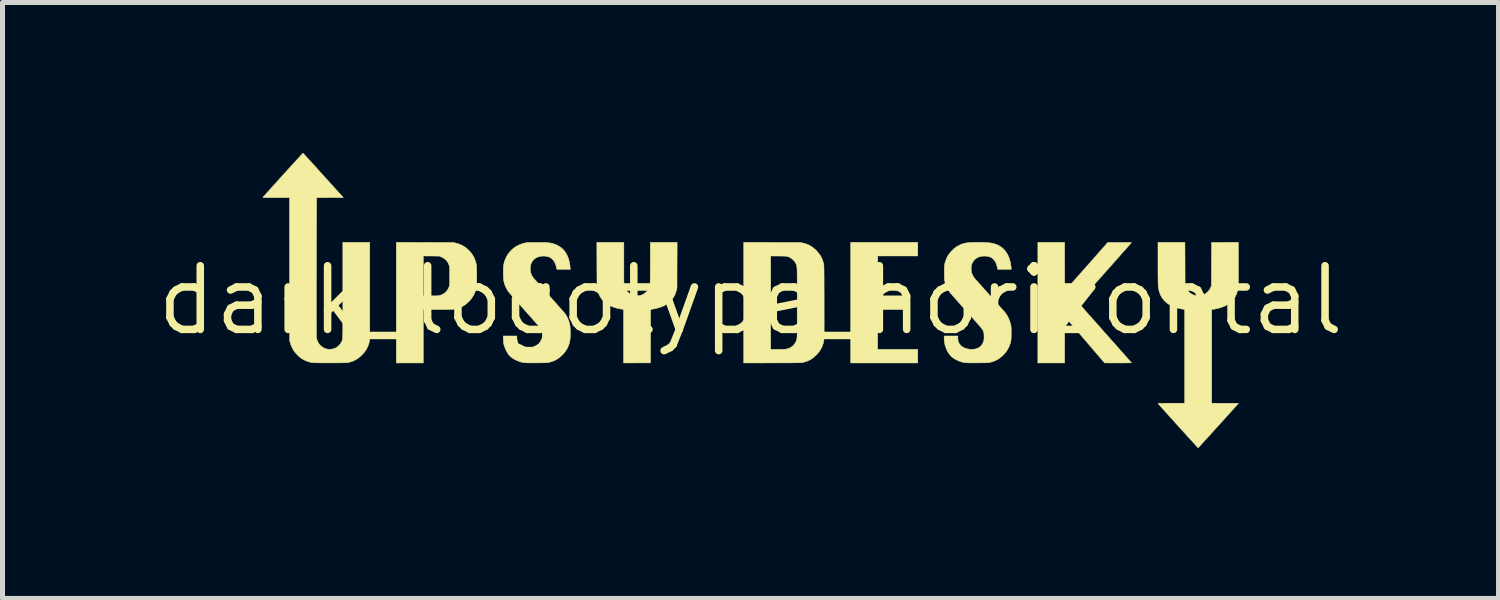
<source format=kicad_pcb>
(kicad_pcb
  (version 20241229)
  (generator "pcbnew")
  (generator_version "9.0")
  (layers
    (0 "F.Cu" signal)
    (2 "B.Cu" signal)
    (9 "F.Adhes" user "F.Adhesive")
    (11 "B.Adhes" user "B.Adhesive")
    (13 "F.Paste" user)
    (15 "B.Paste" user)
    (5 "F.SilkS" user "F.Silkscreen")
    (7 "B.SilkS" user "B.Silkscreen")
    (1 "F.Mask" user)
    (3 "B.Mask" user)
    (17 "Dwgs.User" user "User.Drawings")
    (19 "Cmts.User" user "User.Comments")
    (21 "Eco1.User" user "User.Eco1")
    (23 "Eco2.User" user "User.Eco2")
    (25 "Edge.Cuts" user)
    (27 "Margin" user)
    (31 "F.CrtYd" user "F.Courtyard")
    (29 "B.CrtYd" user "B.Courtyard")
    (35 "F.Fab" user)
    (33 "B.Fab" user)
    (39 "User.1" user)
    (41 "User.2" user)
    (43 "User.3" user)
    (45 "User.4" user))
  (footprint "dark_logotype_horizontal"
    (layer "F.Cu")
    (at 11.921 2.941)
    (property "Reference" "dark_logotype_horizontal" (at 0 0 0) (layer "F.SilkS") (effects (font (size 1.27 1.27) (thickness 0.15))))
    (attr through_hole)
    (fp_poly (pts (xy 3.336 -0.885) (xy 2.536 -0.885) (xy 2.536 -0.089) (xy 3.069 -0.089) (xy 3.069 0.182) (xy 2.536 0.182) (xy 2.536 0.978) (xy 3.336 0.978) (xy 3.336 1.249) (xy 1.998 1.249) (xy 1.998 -1.156) (xy 3.336 -1.156) (xy 3.336 -0.885)) (stroke (width 0.01) (type solid)) (fill yes) (layer "F.SilkS"))
    (fp_poly (pts (xy -2.527 -0.735) (xy -2.527 -0.664) (xy -2.527 -0.601) (xy -2.527 -0.546) (xy -2.527 -0.497) (xy -2.527 -0.455) (xy -2.527 -0.418) (xy -2.526 -0.387) (xy -2.525 -0.36) (xy -2.525 -0.338) (xy -2.523 -0.319) (xy -2.522 -0.304) (xy -2.52 -0.291) (xy -2.518 -0.28) (xy -2.516 -0.271) (xy -2.513 -0.263) (xy -2.51 -0.255) (xy -2.506 -0.248) (xy -2.502 -0.24) (xy -2.499 -0.234) (xy -2.479 -0.201) (xy -2.453 -0.17) (xy -2.423 -0.143) (xy -2.391 -0.121) (xy -2.373 -0.112) (xy -2.328 -0.098) (xy -2.283 -0.09) (xy -2.238 -0.091) (xy -2.21 -0.095) (xy -2.167 -0.108) (xy -2.127 -0.129) (xy -2.091 -0.156) (xy -2.06 -0.189) (xy -2.033 -0.227) (xy -2.014 -0.269) (xy -2.008 -0.286) (xy -2.007 -0.29) (xy -2.006 -0.296) (xy -2.005 -0.302) (xy -2.004 -0.311) (xy -2.003 -0.321) (xy -2.003 -0.335) (xy -2.002 -0.352) (xy -2.002 -0.372) (xy -2.001 -0.397) (xy -2.001 -0.427) (xy -2 -0.463) (xy -2 -0.504) (xy -2 -0.551) (xy -2 -0.606) (xy -1.999 -0.668) (xy -1.999 -0.733) (xy -1.998 -1.156) (xy -1.464 -1.156) (xy -1.466 -0.702) (xy -1.467 -0.248) (xy -1.478 -0.203) (xy -1.495 -0.145) (xy -1.517 -0.094) (xy -1.544 -0.048) (xy -1.577 -0.006) (xy -1.589 0.008) (xy -1.627 0.043) (xy -1.669 0.075) (xy -1.715 0.102) (xy -1.766 0.125) (xy -1.823 0.145) (xy -1.886 0.162) (xy -1.957 0.176) (xy -1.978 0.18) (xy -1.994 0.182) (xy -1.995 0.715) (xy -1.996 1.247) (xy -2.532 1.249) (xy -2.532 0.182) (xy -2.547 0.18) (xy -2.619 0.167) (xy -2.684 0.151) (xy -2.741 0.133) (xy -2.792 0.112) (xy -2.838 0.088) (xy -2.852 0.08) (xy -2.901 0.044) (xy -2.943 0.005) (xy -2.978 -0.039) (xy -3.008 -0.087) (xy -3.031 -0.141) (xy -3.05 -0.202) (xy -3.051 -0.207) (xy -3.062 -0.252) (xy -3.064 -0.704) (xy -3.065 -1.156) (xy -2.527 -1.156) (xy -2.527 -0.735)) (stroke (width 0.01) (type solid)) (fill yes) (layer "F.SilkS"))
    (fp_poly (pts (xy 5.999 -1.156) (xy 6.265 -1.156) (xy 6.266 -0.669) (xy 6.267 -0.182) (xy 6.697 -0.668) (xy 7.127 -1.155) (xy 7.363 -1.155) (xy 7.413 -1.155) (xy 7.458 -1.155) (xy 7.498 -1.155) (xy 7.531 -1.155) (xy 7.559 -1.154) (xy 7.579 -1.153) (xy 7.593 -1.153) (xy 7.598 -1.152) (xy 7.598 -1.152) (xy 7.595 -1.148) (xy 7.587 -1.139) (xy 7.574 -1.124) (xy 7.555 -1.103) (xy 7.533 -1.077) (xy 7.506 -1.047) (xy 7.475 -1.012) (xy 7.44 -0.973) (xy 7.402 -0.93) (xy 7.361 -0.883) (xy 7.317 -0.834) (xy 7.271 -0.781) (xy 7.222 -0.726) (xy 7.171 -0.669) (xy 7.118 -0.609) (xy 7.068 -0.553) (xy 7.013 -0.492) (xy 6.961 -0.432) (xy 6.91 -0.375) (xy 6.861 -0.32) (xy 6.815 -0.268) (xy 6.771 -0.218) (xy 6.73 -0.172) (xy 6.693 -0.13) (xy 6.658 -0.091) (xy 6.628 -0.056) (xy 6.601 -0.026) (xy 6.579 -0.001) (xy 6.561 0.02) (xy 6.549 0.034) (xy 6.541 0.044) (xy 6.538 0.047) (xy 6.541 0.05) (xy 6.549 0.06) (xy 6.562 0.075) (xy 6.581 0.096) (xy 6.603 0.121) (xy 6.63 0.152) (xy 6.661 0.187) (xy 6.695 0.226) (xy 6.733 0.269) (xy 6.774 0.315) (xy 6.818 0.365) (xy 6.865 0.417) (xy 6.914 0.472) (xy 6.965 0.53) (xy 7.017 0.589) (xy 7.068 0.646) (xy 7.122 0.707) (xy 7.174 0.766) (xy 7.225 0.823) (xy 7.274 0.878) (xy 7.32 0.93) (xy 7.364 0.98) (xy 7.405 1.026) (xy 7.443 1.069) (xy 7.477 1.107) (xy 7.508 1.142) (xy 7.535 1.172) (xy 7.557 1.197) (xy 7.575 1.218) (xy 7.588 1.233) (xy 7.596 1.242) (xy 7.598 1.245) (xy 7.594 1.246) (xy 7.582 1.246) (xy 7.562 1.247) (xy 7.534 1.248) (xy 7.499 1.248) (xy 7.456 1.248) (xy 7.406 1.249) (xy 7.35 1.249) (xy 7.331 1.249) (xy 7.063 1.248) (xy 6.665 0.783) (xy 6.267 0.318) (xy 6.265 1.249) (xy 5.732 1.249) (xy 5.732 -1.156) (xy 5.999 -1.156)) (stroke (width 0.01) (type solid)) (fill yes) (layer "F.SilkS"))
    (fp_poly (pts (xy -5.929 -1.153) (xy -5.888 -1.144) (xy -5.825 -1.126) (xy -5.768 -1.104) (xy -5.716 -1.075) (xy -5.667 -1.041) (xy -5.62 -0.998) (xy -5.619 -0.997) (xy -5.576 -0.949) (xy -5.54 -0.899) (xy -5.511 -0.845) (xy -5.488 -0.786) (xy -5.471 -0.726) (xy -5.469 -0.713) (xy -5.467 -0.693) (xy -5.466 -0.666) (xy -5.464 -0.634) (xy -5.463 -0.599) (xy -5.462 -0.56) (xy -5.462 -0.52) (xy -5.461 -0.479) (xy -5.461 -0.439) (xy -5.462 -0.4) (xy -5.462 -0.364) (xy -5.463 -0.332) (xy -5.464 -0.304) (xy -5.466 -0.283) (xy -5.467 -0.273) (xy -5.481 -0.208) (xy -5.502 -0.147) (xy -5.531 -0.089) (xy -5.568 -0.034) (xy -5.611 0.016) (xy -5.658 0.06) (xy -5.706 0.097) (xy -5.756 0.126) (xy -5.811 0.15) (xy -5.829 0.157) (xy -5.843 0.161) (xy -5.856 0.165) (xy -5.869 0.169) (xy -5.883 0.172) (xy -5.898 0.174) (xy -5.914 0.176) (xy -5.933 0.178) (xy -5.956 0.179) (xy -5.982 0.18) (xy -6.013 0.181) (xy -6.049 0.181) (xy -6.091 0.182) (xy -6.14 0.182) (xy -6.196 0.182) (xy -6.237 0.182) (xy -6.528 0.182) (xy -6.528 1.249) (xy -7.065 1.249) (xy -7.065 -0.089) (xy -6.528 -0.089) (xy -6.38 -0.089) (xy -6.34 -0.089) (xy -6.308 -0.089) (xy -6.281 -0.089) (xy -6.26 -0.09) (xy -6.244 -0.091) (xy -6.231 -0.092) (xy -6.22 -0.093) (xy -6.21 -0.095) (xy -6.201 -0.097) (xy -6.2 -0.097) (xy -6.155 -0.113) (xy -6.114 -0.136) (xy -6.079 -0.165) (xy -6.049 -0.201) (xy -6.024 -0.242) (xy -6.009 -0.279) (xy -6.007 -0.286) (xy -6.005 -0.292) (xy -6.004 -0.301) (xy -6.003 -0.311) (xy -6.002 -0.325) (xy -6.002 -0.343) (xy -6.001 -0.365) (xy -6.001 -0.394) (xy -6.001 -0.428) (xy -6.001 -0.471) (xy -6.001 -0.485) (xy -6.001 -0.529) (xy -6.001 -0.565) (xy -6.001 -0.595) (xy -6.001 -0.619) (xy -6.002 -0.638) (xy -6.002 -0.653) (xy -6.003 -0.665) (xy -6.005 -0.674) (xy -6.006 -0.682) (xy -6.008 -0.689) (xy -6.01 -0.696) (xy -6.028 -0.74) (xy -6.053 -0.78) (xy -6.085 -0.814) (xy -6.123 -0.842) (xy -6.166 -0.865) (xy -6.181 -0.871) (xy -6.212 -0.883) (xy -6.37 -0.884) (xy -6.528 -0.885) (xy -6.528 -0.089) (xy -7.065 -0.089) (xy -7.065 -1.156) (xy -5.929 -1.153)) (stroke (width 0.01) (type solid)) (fill yes) (layer "F.SilkS"))
    (fp_poly (pts (xy 9.732 -0.723) (xy 9.732 -0.651) (xy 9.732 -0.586) (xy 9.732 -0.529) (xy 9.732 -0.479) (xy 9.732 -0.436) (xy 9.732 -0.398) (xy 9.731 -0.366) (xy 9.731 -0.339) (xy 9.73 -0.316) (xy 9.73 -0.297) (xy 9.729 -0.281) (xy 9.728 -0.269) (xy 9.727 -0.258) (xy 9.726 -0.25) (xy 9.726 -0.248) (xy 9.713 -0.183) (xy 9.693 -0.124) (xy 9.667 -0.07) (xy 9.634 -0.021) (xy 9.595 0.022) (xy 9.548 0.062) (xy 9.502 0.092) (xy 9.467 0.11) (xy 9.426 0.128) (xy 9.38 0.144) (xy 9.332 0.158) (xy 9.284 0.169) (xy 9.238 0.178) (xy 9.236 0.178) (xy 9.199 0.183) (xy 9.199 2.053) (xy 9.466 2.054) (xy 9.733 2.055) (xy 9.332 2.499) (xy 9.285 2.551) (xy 9.239 2.601) (xy 9.195 2.65) (xy 9.154 2.696) (xy 9.114 2.739) (xy 9.078 2.779) (xy 9.045 2.815) (xy 9.015 2.848) (xy 8.99 2.876) (xy 8.968 2.9) (xy 8.951 2.919) (xy 8.938 2.932) (xy 8.931 2.94) (xy 8.929 2.942) (xy 8.926 2.939) (xy 8.917 2.93) (xy 8.904 2.915) (xy 8.885 2.896) (xy 8.863 2.871) (xy 8.836 2.842) (xy 8.806 2.808) (xy 8.772 2.771) (xy 8.735 2.731) (xy 8.696 2.687) (xy 8.654 2.641) (xy 8.61 2.592) (xy 8.564 2.541) (xy 8.528 2.502) (xy 8.481 2.45) (xy 8.435 2.399) (xy 8.392 2.351) (xy 8.35 2.305) (xy 8.312 2.262) (xy 8.275 2.222) (xy 8.243 2.185) (xy 8.213 2.152) (xy 8.188 2.124) (xy 8.166 2.1) (xy 8.149 2.081) (xy 8.137 2.067) (xy 8.13 2.059) (xy 8.129 2.057) (xy 8.133 2.056) (xy 8.145 2.056) (xy 8.164 2.055) (xy 8.192 2.054) (xy 8.226 2.054) (xy 8.268 2.054) (xy 8.316 2.053) (xy 8.37 2.053) (xy 8.394 2.053) (xy 8.661 2.053) (xy 8.661 0.182) (xy 8.646 0.18) (xy 8.635 0.178) (xy 8.618 0.175) (xy 8.598 0.171) (xy 8.585 0.169) (xy 8.511 0.151) (xy 8.442 0.129) (xy 8.381 0.101) (xy 8.326 0.068) (xy 8.278 0.03) (xy 8.237 -0.014) (xy 8.202 -0.062) (xy 8.174 -0.116) (xy 8.153 -0.175) (xy 8.138 -0.239) (xy 8.133 -0.284) (xy 8.132 -0.297) (xy 8.131 -0.319) (xy 8.13 -0.348) (xy 8.13 -0.385) (xy 8.129 -0.429) (xy 8.129 -0.48) (xy 8.128 -0.537) (xy 8.128 -0.601) (xy 8.128 -0.671) (xy 8.128 -0.744) (xy 8.128 -1.156) (xy 8.665 -1.156) (xy 8.667 -0.729) (xy 8.668 -0.303) (xy 8.679 -0.272) (xy 8.696 -0.232) (xy 8.717 -0.198) (xy 8.744 -0.168) (xy 8.78 -0.137) (xy 8.819 -0.115) (xy 8.861 -0.099) (xy 8.904 -0.091) (xy 8.947 -0.089) (xy 8.99 -0.096) (xy 9.032 -0.109) (xy 9.072 -0.13) (xy 9.109 -0.158) (xy 9.109 -0.159) (xy 9.139 -0.19) (xy 9.162 -0.222) (xy 9.18 -0.258) (xy 9.181 -0.261) (xy 9.193 -0.29) (xy 9.197 -1.154) (xy 9.732 -1.156) (xy 9.732 -0.723)) (stroke (width 0.01) (type solid)) (fill yes) (layer "F.SilkS"))
    (fp_poly (pts (xy 0.435 -1.155) (xy 0.516 -1.154) (xy 0.589 -1.154) (xy 0.654 -1.154) (xy 0.713 -1.154) (xy 0.764 -1.154) (xy 0.81 -1.153) (xy 0.849 -1.153) (xy 0.884 -1.153) (xy 0.913 -1.153) (xy 0.938 -1.152) (xy 0.959 -1.152) (xy 0.977 -1.151) (xy 0.991 -1.151) (xy 1.003 -1.15) (xy 1.013 -1.149) (xy 1.021 -1.148) (xy 1.028 -1.148) (xy 1.033 -1.147) (xy 1.039 -1.145) (xy 1.044 -1.144) (xy 1.103 -1.128) (xy 1.156 -1.107) (xy 1.205 -1.08) (xy 1.252 -1.047) (xy 1.298 -1.007) (xy 1.319 -0.986) (xy 1.359 -0.94) (xy 1.393 -0.893) (xy 1.42 -0.844) (xy 1.441 -0.79) (xy 1.458 -0.731) (xy 1.459 -0.728) (xy 1.46 -0.724) (xy 1.461 -0.719) (xy 1.462 -0.713) (xy 1.462 -0.705) (xy 1.463 -0.696) (xy 1.464 -0.685) (xy 1.464 -0.671) (xy 1.465 -0.654) (xy 1.465 -0.633) (xy 1.465 -0.609) (xy 1.466 -0.581) (xy 1.466 -0.548) (xy 1.466 -0.511) (xy 1.467 -0.468) (xy 1.467 -0.42) (xy 1.467 -0.365) (xy 1.467 -0.304) (xy 1.467 -0.236) (xy 1.468 -0.161) (xy 1.468 -0.078) (xy 1.468 0.013) (xy 1.468 0.03) (xy 1.468 0.124) (xy 1.468 0.21) (xy 1.468 0.289) (xy 1.468 0.36) (xy 1.469 0.425) (xy 1.468 0.483) (xy 1.468 0.535) (xy 1.468 0.581) (xy 1.468 0.622) (xy 1.468 0.658) (xy 1.467 0.69) (xy 1.467 0.717) (xy 1.466 0.741) (xy 1.465 0.761) (xy 1.464 0.779) (xy 1.463 0.794) (xy 1.461 0.807) (xy 1.46 0.818) (xy 1.458 0.828) (xy 1.456 0.837) (xy 1.454 0.845) (xy 1.451 0.854) (xy 1.449 0.862) (xy 1.446 0.871) (xy 1.445 0.873) (xy 1.425 0.927) (xy 1.4 0.977) (xy 1.37 1.023) (xy 1.332 1.069) (xy 1.311 1.09) (xy 1.266 1.132) (xy 1.221 1.166) (xy 1.174 1.193) (xy 1.123 1.215) (xy 1.067 1.233) (xy 1.048 1.237) (xy 1.042 1.239) (xy 1.037 1.24) (xy 1.031 1.241) (xy 1.024 1.242) (xy 1.016 1.243) (xy 1.006 1.243) (xy 0.993 1.244) (xy 0.978 1.244) (xy 0.96 1.245) (xy 0.938 1.245) (xy 0.913 1.246) (xy 0.882 1.246) (xy 0.847 1.246) (xy 0.807 1.247) (xy 0.76 1.247) (xy 0.708 1.247) (xy 0.648 1.247) (xy 0.582 1.247) (xy 0.507 1.248) (xy 0.437 1.248) (xy -0.135 1.249) (xy -0.135 0.978) (xy 0.402 0.978) (xy 0.544 0.978) (xy 0.586 0.978) (xy 0.62 0.978) (xy 0.648 0.977) (xy 0.67 0.976) (xy 0.688 0.975) (xy 0.702 0.974) (xy 0.714 0.972) (xy 0.719 0.971) (xy 0.764 0.958) (xy 0.806 0.937) (xy 0.842 0.91) (xy 0.874 0.877) (xy 0.899 0.838) (xy 0.904 0.828) (xy 0.908 0.821) (xy 0.911 0.814) (xy 0.914 0.809) (xy 0.916 0.803) (xy 0.919 0.796) (xy 0.921 0.789) (xy 0.922 0.781) (xy 0.924 0.771) (xy 0.925 0.759) (xy 0.927 0.745) (xy 0.928 0.727) (xy 0.929 0.707) (xy 0.929 0.683) (xy 0.93 0.655) (xy 0.93 0.623) (xy 0.931 0.586) (xy 0.931 0.543) (xy 0.931 0.495) (xy 0.931 0.441) (xy 0.931 0.381) (xy 0.931 0.314) (xy 0.931 0.239) (xy 0.931 0.157) (xy 0.931 0.068) (xy 0.931 0.047) (xy 0.931 -0.045) (xy 0.931 -0.129) (xy 0.931 -0.205) (xy 0.931 -0.274) (xy 0.931 -0.336) (xy 0.931 -0.391) (xy 0.931 -0.44) (xy 0.931 -0.484) (xy 0.93 -0.523) (xy 0.93 -0.556) (xy 0.929 -0.585) (xy 0.929 -0.61) (xy 0.928 -0.631) (xy 0.927 -0.649) (xy 0.925 -0.664) (xy 0.924 -0.677) (xy 0.922 -0.688) (xy 0.92 -0.697) (xy 0.918 -0.704) (xy 0.916 -0.711) (xy 0.913 -0.717) (xy 0.91 -0.723) (xy 0.907 -0.73) (xy 0.903 -0.737) (xy 0.901 -0.74) (xy 0.879 -0.777) (xy 0.849 -0.81) (xy 0.814 -0.838) (xy 0.775 -0.861) (xy 0.745 -0.873) (xy 0.737 -0.875) (xy 0.73 -0.877) (xy 0.721 -0.879) (xy 0.711 -0.88) (xy 0.697 -0.881) (xy 0.68 -0.882) (xy 0.658 -0.883) (xy 0.63 -0.883) (xy 0.595 -0.883) (xy 0.56 -0.884) (xy 0.402 -0.885) (xy 0.402 0.978) (xy -0.135 0.978) (xy -0.135 -1.156) (xy 0.435 -1.155)) (stroke (width 0.01) (type solid)) (fill yes) (layer "F.SilkS"))
    (fp_poly (pts (xy -8.924 -2.933) (xy -8.915 -2.924) (xy -8.902 -2.909) (xy -8.883 -2.889) (xy -8.861 -2.865) (xy -8.834 -2.835) (xy -8.804 -2.802) (xy -8.77 -2.765) (xy -8.733 -2.724) (xy -8.693 -2.681) (xy -8.651 -2.634) (xy -8.607 -2.585) (xy -8.561 -2.534) (xy -8.524 -2.493) (xy -8.124 -2.051) (xy -8.656 -2.049) (xy -8.659 -1.066) (xy -8.659 -0.969) (xy -8.66 -0.87) (xy -8.66 -0.771) (xy -8.66 -0.672) (xy -8.66 -0.573) (xy -8.66 -0.476) (xy -8.661 -0.38) (xy -8.661 -0.287) (xy -8.661 -0.197) (xy -8.661 -0.11) (xy -8.661 -0.028) (xy -8.661 0.05) (xy -8.661 0.122) (xy -8.661 0.188) (xy -8.661 0.247) (xy -8.661 0.299) (xy -8.661 0.337) (xy -8.659 0.756) (xy -8.648 0.79) (xy -8.628 0.835) (xy -8.602 0.875) (xy -8.569 0.91) (xy -8.539 0.933) (xy -8.5 0.955) (xy -8.458 0.97) (xy -8.413 0.977) (xy -8.369 0.976) (xy -8.324 0.968) (xy -8.282 0.953) (xy -8.268 0.946) (xy -8.241 0.928) (xy -8.215 0.904) (xy -8.19 0.878) (xy -8.17 0.851) (xy -8.16 0.834) (xy -8.157 0.828) (xy -8.154 0.822) (xy -8.152 0.817) (xy -8.149 0.812) (xy -8.147 0.807) (xy -8.145 0.802) (xy -8.143 0.795) (xy -8.142 0.787) (xy -8.14 0.778) (xy -8.139 0.766) (xy -8.138 0.752) (xy -8.137 0.736) (xy -8.136 0.717) (xy -8.135 0.694) (xy -8.134 0.668) (xy -8.134 0.638) (xy -8.133 0.603) (xy -8.133 0.564) (xy -8.133 0.52) (xy -8.133 0.471) (xy -8.132 0.416) (xy -8.132 0.355) (xy -8.132 0.288) (xy -8.132 0.214) (xy -8.132 0.133) (xy -8.132 0.045) (xy -8.132 -0.051) (xy -8.132 -0.155) (xy -8.132 -0.202) (xy -8.132 -1.156) (xy -7.595 -1.156) (xy -7.595 -0.196) (xy -7.595 -0.087) (xy -7.595 0.013) (xy -7.595 0.106) (xy -7.595 0.191) (xy -7.595 0.269) (xy -7.595 0.34) (xy -7.595 0.405) (xy -7.595 0.464) (xy -7.595 0.517) (xy -7.595 0.564) (xy -7.596 0.607) (xy -7.596 0.645) (xy -7.597 0.678) (xy -7.597 0.707) (xy -7.598 0.733) (xy -7.599 0.755) (xy -7.6 0.774) (xy -7.601 0.791) (xy -7.602 0.805) (xy -7.603 0.817) (xy -7.605 0.827) (xy -7.606 0.836) (xy -7.608 0.844) (xy -7.61 0.851) (xy -7.612 0.858) (xy -7.615 0.865) (xy -7.617 0.873) (xy -7.62 0.881) (xy -7.62 0.881) (xy -7.639 0.931) (xy -7.663 0.977) (xy -7.692 1.021) (xy -7.727 1.063) (xy -7.755 1.092) (xy -7.799 1.133) (xy -7.844 1.166) (xy -7.89 1.193) (xy -7.939 1.215) (xy -7.994 1.232) (xy -8.016 1.237) (xy -8.023 1.239) (xy -8.031 1.24) (xy -8.039 1.242) (xy -8.048 1.243) (xy -8.059 1.244) (xy -8.073 1.244) (xy -8.089 1.245) (xy -8.11 1.245) (xy -8.135 1.246) (xy -8.165 1.246) (xy -8.201 1.246) (xy -8.243 1.247) (xy -8.292 1.247) (xy -8.348 1.247) (xy -8.374 1.247) (xy -8.426 1.247) (xy -8.476 1.247) (xy -8.524 1.247) (xy -8.569 1.247) (xy -8.609 1.247) (xy -8.645 1.246) (xy -8.676 1.246) (xy -8.7 1.245) (xy -8.717 1.245) (xy -8.726 1.244) (xy -8.78 1.235) (xy -8.836 1.219) (xy -8.89 1.196) (xy -8.941 1.169) (xy -8.951 1.162) (xy -8.978 1.143) (xy -9.007 1.119) (xy -9.036 1.091) (xy -9.065 1.061) (xy -9.09 1.032) (xy -9.11 1.005) (xy -9.112 1.002) (xy -9.141 0.951) (xy -9.165 0.895) (xy -9.181 0.847) (xy -9.193 0.806) (xy -9.194 -0.621) (xy -9.195 -2.049) (xy -9.462 -2.049) (xy -9.51 -2.049) (xy -9.555 -2.049) (xy -9.596 -2.049) (xy -9.633 -2.05) (xy -9.664 -2.05) (xy -9.69 -2.051) (xy -9.71 -2.051) (xy -9.723 -2.052) (xy -9.727 -2.053) (xy -9.727 -2.053) (xy -9.724 -2.056) (xy -9.716 -2.066) (xy -9.703 -2.081) (xy -9.685 -2.101) (xy -9.663 -2.125) (xy -9.638 -2.154) (xy -9.609 -2.186) (xy -9.577 -2.221) (xy -9.543 -2.259) (xy -9.506 -2.3) (xy -9.468 -2.342) (xy -9.428 -2.386) (xy -9.388 -2.431) (xy -9.347 -2.476) (xy -9.305 -2.522) (xy -9.264 -2.567) (xy -9.224 -2.612) (xy -9.184 -2.655) (xy -9.146 -2.697) (xy -9.11 -2.737) (xy -9.075 -2.775) (xy -9.044 -2.809) (xy -9.015 -2.841) (xy -8.99 -2.868) (xy -8.968 -2.892) (xy -8.951 -2.911) (xy -8.938 -2.925) (xy -8.93 -2.933) (xy -8.927 -2.936) (xy -8.924 -2.933)) (stroke (width 0.01) (type solid)) (fill yes) (layer "F.SilkS"))
    (fp_poly (pts (xy -4.202 -1.153) (xy -4.157 -1.153) (xy -4.119 -1.153) (xy -4.087 -1.152) (xy -4.059 -1.15) (xy -4.034 -1.149) (xy -4.013 -1.146) (xy -3.994 -1.143) (xy -3.975 -1.14) (xy -3.956 -1.135) (xy -3.937 -1.13) (xy -3.929 -1.128) (xy -3.871 -1.107) (xy -3.818 -1.079) (xy -3.771 -1.045) (xy -3.729 -1.005) (xy -3.692 -0.958) (xy -3.662 -0.905) (xy -3.637 -0.846) (xy -3.633 -0.836) (xy -3.623 -0.803) (xy -3.614 -0.766) (xy -3.607 -0.728) (xy -3.602 -0.692) (xy -3.601 -0.682) (xy -3.599 -0.664) (xy -3.597 -0.646) (xy -3.596 -0.636) (xy -3.594 -0.618) (xy -3.729 -0.618) (xy -3.767 -0.618) (xy -3.797 -0.618) (xy -3.821 -0.618) (xy -3.838 -0.619) (xy -3.851 -0.62) (xy -3.859 -0.622) (xy -3.865 -0.625) (xy -3.868 -0.63) (xy -3.869 -0.636) (xy -3.87 -0.644) (xy -3.872 -0.652) (xy -3.876 -0.675) (xy -3.884 -0.701) (xy -3.893 -0.728) (xy -3.904 -0.753) (xy -3.914 -0.772) (xy -3.914 -0.773) (xy -3.938 -0.807) (xy -3.966 -0.834) (xy -3.998 -0.856) (xy -4.036 -0.871) (xy -4.079 -0.88) (xy -4.111 -0.883) (xy -4.162 -0.883) (xy -4.212 -0.874) (xy -4.258 -0.858) (xy -4.296 -0.837) (xy -4.326 -0.813) (xy -4.351 -0.782) (xy -4.371 -0.747) (xy -4.385 -0.707) (xy -4.393 -0.664) (xy -4.394 -0.619) (xy -4.389 -0.573) (xy -4.388 -0.565) (xy -4.38 -0.539) (xy -4.369 -0.51) (xy -4.356 -0.483) (xy -4.341 -0.46) (xy -4.338 -0.456) (xy -4.333 -0.45) (xy -4.324 -0.439) (xy -4.309 -0.422) (xy -4.29 -0.4) (xy -4.266 -0.374) (xy -4.239 -0.343) (xy -4.209 -0.309) (xy -4.176 -0.272) (xy -4.14 -0.232) (xy -4.102 -0.189) (xy -4.062 -0.144) (xy -4.024 -0.102) (xy -3.983 -0.056) (xy -3.943 -0.011) (xy -3.905 0.032) (xy -3.869 0.073) (xy -3.835 0.111) (xy -3.804 0.146) (xy -3.776 0.177) (xy -3.752 0.205) (xy -3.732 0.228) (xy -3.717 0.246) (xy -3.706 0.258) (xy -3.701 0.264) (xy -3.676 0.302) (xy -3.652 0.347) (xy -3.632 0.395) (xy -3.615 0.444) (xy -3.604 0.491) (xy -3.601 0.511) (xy -3.599 0.537) (xy -3.597 0.568) (xy -3.596 0.602) (xy -3.595 0.638) (xy -3.595 0.674) (xy -3.595 0.708) (xy -3.596 0.738) (xy -3.598 0.762) (xy -3.598 0.765) (xy -3.609 0.832) (xy -3.627 0.895) (xy -3.653 0.954) (xy -3.687 1.009) (xy -3.728 1.062) (xy -3.746 1.08) (xy -3.792 1.124) (xy -3.838 1.16) (xy -3.887 1.19) (xy -3.938 1.213) (xy -3.995 1.231) (xy -4.02 1.237) (xy -4.029 1.239) (xy -4.038 1.241) (xy -4.048 1.242) (xy -4.06 1.243) (xy -4.074 1.244) (xy -4.091 1.245) (xy -4.113 1.246) (xy -4.14 1.246) (xy -4.172 1.246) (xy -4.211 1.247) (xy -4.258 1.247) (xy -4.271 1.247) (xy -4.322 1.247) (xy -4.366 1.247) (xy -4.402 1.247) (xy -4.433 1.247) (xy -4.458 1.247) (xy -4.478 1.246) (xy -4.495 1.245) (xy -4.509 1.244) (xy -4.521 1.243) (xy -4.525 1.242) (xy -4.573 1.232) (xy -4.62 1.217) (xy -4.667 1.198) (xy -4.711 1.176) (xy -4.751 1.151) (xy -4.786 1.124) (xy -4.814 1.096) (xy -4.817 1.092) (xy -4.851 1.043) (xy -4.88 0.989) (xy -4.904 0.93) (xy -4.918 0.886) (xy -4.923 0.865) (xy -4.926 0.846) (xy -4.928 0.824) (xy -4.93 0.797) (xy -4.931 0.778) (xy -4.933 0.711) (xy -4.662 0.711) (xy -4.66 0.759) (xy -4.656 0.799) (xy -4.647 0.833) (xy -4.632 0.863) (xy -4.611 0.89) (xy -4.584 0.913) (xy -4.548 0.935) (xy -4.528 0.946) (xy -4.489 0.962) (xy -4.45 0.972) (xy -4.408 0.977) (xy -4.381 0.978) (xy -4.341 0.976) (xy -4.307 0.97) (xy -4.276 0.96) (xy -4.253 0.949) (xy -4.219 0.928) (xy -4.192 0.902) (xy -4.17 0.87) (xy -4.162 0.855) (xy -4.144 0.809) (xy -4.134 0.761) (xy -4.132 0.713) (xy -4.138 0.666) (xy -4.15 0.621) (xy -4.171 0.578) (xy -4.176 0.569) (xy -4.181 0.563) (xy -4.191 0.552) (xy -4.205 0.534) (xy -4.225 0.512) (xy -4.248 0.485) (xy -4.275 0.454) (xy -4.306 0.42) (xy -4.339 0.382) (xy -4.376 0.341) (xy -4.414 0.298) (xy -4.454 0.253) (xy -4.496 0.206) (xy -4.504 0.197) (xy -4.546 0.15) (xy -4.587 0.104) (xy -4.626 0.06) (xy -4.663 0.018) (xy -4.698 -0.022) (xy -4.73 -0.058) (xy -4.758 -0.091) (xy -4.783 -0.119) (xy -4.804 -0.144) (xy -4.821 -0.163) (xy -4.832 -0.177) (xy -4.839 -0.186) (xy -4.839 -0.186) (xy -4.87 -0.239) (xy -4.895 -0.295) (xy -4.915 -0.357) (xy -4.92 -0.377) (xy -4.923 -0.395) (xy -4.926 -0.421) (xy -4.928 -0.452) (xy -4.93 -0.487) (xy -4.931 -0.524) (xy -4.932 -0.561) (xy -4.931 -0.598) (xy -4.931 -0.633) (xy -4.929 -0.663) (xy -4.927 -0.689) (xy -4.926 -0.698) (xy -4.912 -0.762) (xy -4.89 -0.824) (xy -4.862 -0.882) (xy -4.827 -0.936) (xy -4.785 -0.986) (xy -4.738 -1.03) (xy -4.686 -1.068) (xy -4.63 -1.1) (xy -4.569 -1.125) (xy -4.566 -1.126) (xy -4.547 -1.132) (xy -4.53 -1.137) (xy -4.514 -1.141) (xy -4.497 -1.145) (xy -4.48 -1.148) (xy -4.461 -1.15) (xy -4.439 -1.151) (xy -4.413 -1.152) (xy -4.383 -1.153) (xy -4.346 -1.153) (xy -4.303 -1.153) (xy -4.255 -1.153) (xy -4.202 -1.153)) (stroke (width 0.01) (type solid)) (fill yes) (layer "F.SilkS"))
    (fp_poly (pts (xy 4.597 -1.155) (xy 4.652 -1.154) (xy 4.701 -1.152) (xy 4.744 -1.149) (xy 4.783 -1.145) (xy 4.817 -1.139) (xy 4.848 -1.132) (xy 4.877 -1.124) (xy 4.905 -1.114) (xy 4.933 -1.102) (xy 4.953 -1.092) (xy 5.002 -1.062) (xy 5.046 -1.025) (xy 5.084 -0.982) (xy 5.118 -0.932) (xy 5.146 -0.877) (xy 5.168 -0.816) (xy 5.185 -0.749) (xy 5.196 -0.677) (xy 5.198 -0.657) (xy 5.201 -0.618) (xy 5.066 -0.619) (xy 4.931 -0.62) (xy 4.922 -0.66) (xy 4.909 -0.712) (xy 4.89 -0.758) (xy 4.867 -0.796) (xy 4.838 -0.827) (xy 4.805 -0.852) (xy 4.767 -0.87) (xy 4.749 -0.875) (xy 4.727 -0.879) (xy 4.699 -0.882) (xy 4.669 -0.883) (xy 4.639 -0.882) (xy 4.611 -0.88) (xy 4.588 -0.876) (xy 4.585 -0.875) (xy 4.539 -0.859) (xy 4.5 -0.837) (xy 4.467 -0.809) (xy 4.44 -0.775) (xy 4.419 -0.735) (xy 4.409 -0.705) (xy 4.404 -0.684) (xy 4.402 -0.658) (xy 4.401 -0.629) (xy 4.402 -0.601) (xy 4.405 -0.574) (xy 4.407 -0.565) (xy 4.413 -0.542) (xy 4.424 -0.516) (xy 4.437 -0.489) (xy 4.451 -0.465) (xy 4.465 -0.445) (xy 4.467 -0.442) (xy 4.472 -0.436) (xy 4.483 -0.424) (xy 4.498 -0.407) (xy 4.518 -0.385) (xy 4.542 -0.358) (xy 4.569 -0.327) (xy 4.6 -0.293) (xy 4.633 -0.256) (xy 4.669 -0.216) (xy 4.707 -0.173) (xy 4.746 -0.13) (xy 4.767 -0.106) (xy 4.807 -0.062) (xy 4.845 -0.019) (xy 4.882 0.023) (xy 4.916 0.061) (xy 4.949 0.097) (xy 4.978 0.13) (xy 5.003 0.159) (xy 5.025 0.184) (xy 5.043 0.204) (xy 5.056 0.219) (xy 5.065 0.228) (xy 5.067 0.23) (xy 5.106 0.282) (xy 5.139 0.34) (xy 5.166 0.403) (xy 5.187 0.47) (xy 5.191 0.488) (xy 5.194 0.502) (xy 5.196 0.515) (xy 5.197 0.529) (xy 5.199 0.546) (xy 5.199 0.565) (xy 5.2 0.589) (xy 5.2 0.619) (xy 5.2 0.648) (xy 5.2 0.69) (xy 5.2 0.725) (xy 5.198 0.755) (xy 5.197 0.78) (xy 5.194 0.802) (xy 5.19 0.823) (xy 5.185 0.843) (xy 5.179 0.865) (xy 5.177 0.872) (xy 5.154 0.93) (xy 5.126 0.984) (xy 5.091 1.035) (xy 5.049 1.083) (xy 5.036 1.096) (xy 4.989 1.137) (xy 4.941 1.172) (xy 4.891 1.199) (xy 4.837 1.221) (xy 4.777 1.237) (xy 4.768 1.239) (xy 4.759 1.241) (xy 4.749 1.242) (xy 4.737 1.243) (xy 4.723 1.244) (xy 4.706 1.245) (xy 4.684 1.246) (xy 4.658 1.246) (xy 4.625 1.246) (xy 4.586 1.247) (xy 4.54 1.247) (xy 4.525 1.247) (xy 4.483 1.247) (xy 4.442 1.247) (xy 4.404 1.247) (xy 4.369 1.247) (xy 4.34 1.246) (xy 4.315 1.246) (xy 4.297 1.245) (xy 4.287 1.245) (xy 4.286 1.245) (xy 4.223 1.232) (xy 4.16 1.211) (xy 4.1 1.184) (xy 4.044 1.15) (xy 4.029 1.139) (xy 3.998 1.112) (xy 3.968 1.077) (xy 3.94 1.036) (xy 3.916 0.991) (xy 3.896 0.942) (xy 3.88 0.893) (xy 3.875 0.868) (xy 3.87 0.84) (xy 3.866 0.811) (xy 3.863 0.782) (xy 3.862 0.757) (xy 3.862 0.737) (xy 3.863 0.732) (xy 3.866 0.711) (xy 4.136 0.711) (xy 4.136 0.753) (xy 4.138 0.79) (xy 4.144 0.822) (xy 4.155 0.85) (xy 4.172 0.876) (xy 4.173 0.877) (xy 4.201 0.908) (xy 4.236 0.933) (xy 4.276 0.953) (xy 4.321 0.967) (xy 4.369 0.976) (xy 4.412 0.978) (xy 4.46 0.975) (xy 4.504 0.965) (xy 4.543 0.95) (xy 4.577 0.928) (xy 4.604 0.902) (xy 4.626 0.87) (xy 4.63 0.863) (xy 4.64 0.84) (xy 4.648 0.821) (xy 4.653 0.804) (xy 4.656 0.785) (xy 4.658 0.764) (xy 4.659 0.738) (xy 4.659 0.724) (xy 4.658 0.691) (xy 4.656 0.664) (xy 4.652 0.642) (xy 4.646 0.621) (xy 4.637 0.601) (xy 4.624 0.577) (xy 4.623 0.576) (xy 4.617 0.567) (xy 4.605 0.553) (xy 4.588 0.532) (xy 4.565 0.506) (xy 4.537 0.473) (xy 4.504 0.435) (xy 4.465 0.391) (xy 4.422 0.342) (xy 4.373 0.287) (xy 4.319 0.227) (xy 4.305 0.212) (xy 4.264 0.166) (xy 4.224 0.121) (xy 4.186 0.078) (xy 4.15 0.038) (xy 4.116 0.000191) (xy 4.086 -0.034) (xy 4.058 -0.065) (xy 4.035 -0.092) (xy 4.015 -0.114) (xy 4 -0.131) (xy 3.99 -0.143) (xy 3.985 -0.148) (xy 3.947 -0.202) (xy 3.916 -0.261) (xy 3.891 -0.325) (xy 3.881 -0.36) (xy 3.877 -0.374) (xy 3.874 -0.386) (xy 3.872 -0.398) (xy 3.87 -0.41) (xy 3.869 -0.424) (xy 3.868 -0.441) (xy 3.867 -0.463) (xy 3.867 -0.49) (xy 3.866 -0.524) (xy 3.866 -0.535) (xy 3.866 -0.58) (xy 3.866 -0.619) (xy 3.867 -0.651) (xy 3.868 -0.679) (xy 3.871 -0.704) (xy 3.875 -0.727) (xy 3.88 -0.749) (xy 3.887 -0.772) (xy 3.891 -0.784) (xy 3.91 -0.836) (xy 3.933 -0.883) (xy 3.962 -0.926) (xy 3.996 -0.968) (xy 4.026 -0.999) (xy 4.061 -1.032) (xy 4.096 -1.059) (xy 4.131 -1.082) (xy 4.17 -1.102) (xy 4.187 -1.11) (xy 4.214 -1.12) (xy 4.24 -1.13) (xy 4.267 -1.137) (xy 4.296 -1.143) (xy 4.327 -1.148) (xy 4.362 -1.151) (xy 4.402 -1.153) (xy 4.448 -1.155) (xy 4.501 -1.156) (xy 4.533 -1.156) (xy 4.597 -1.155)) (stroke (width 0.01) (type solid)) (fill yes) (layer "F.SilkS")))
  (gr_rect
    (start -3 -3)
    (end 26.842 8.888)
    (stroke (width 0.1) (type default))
    (fill no)
    (layer "Edge.Cuts")))
</source>
